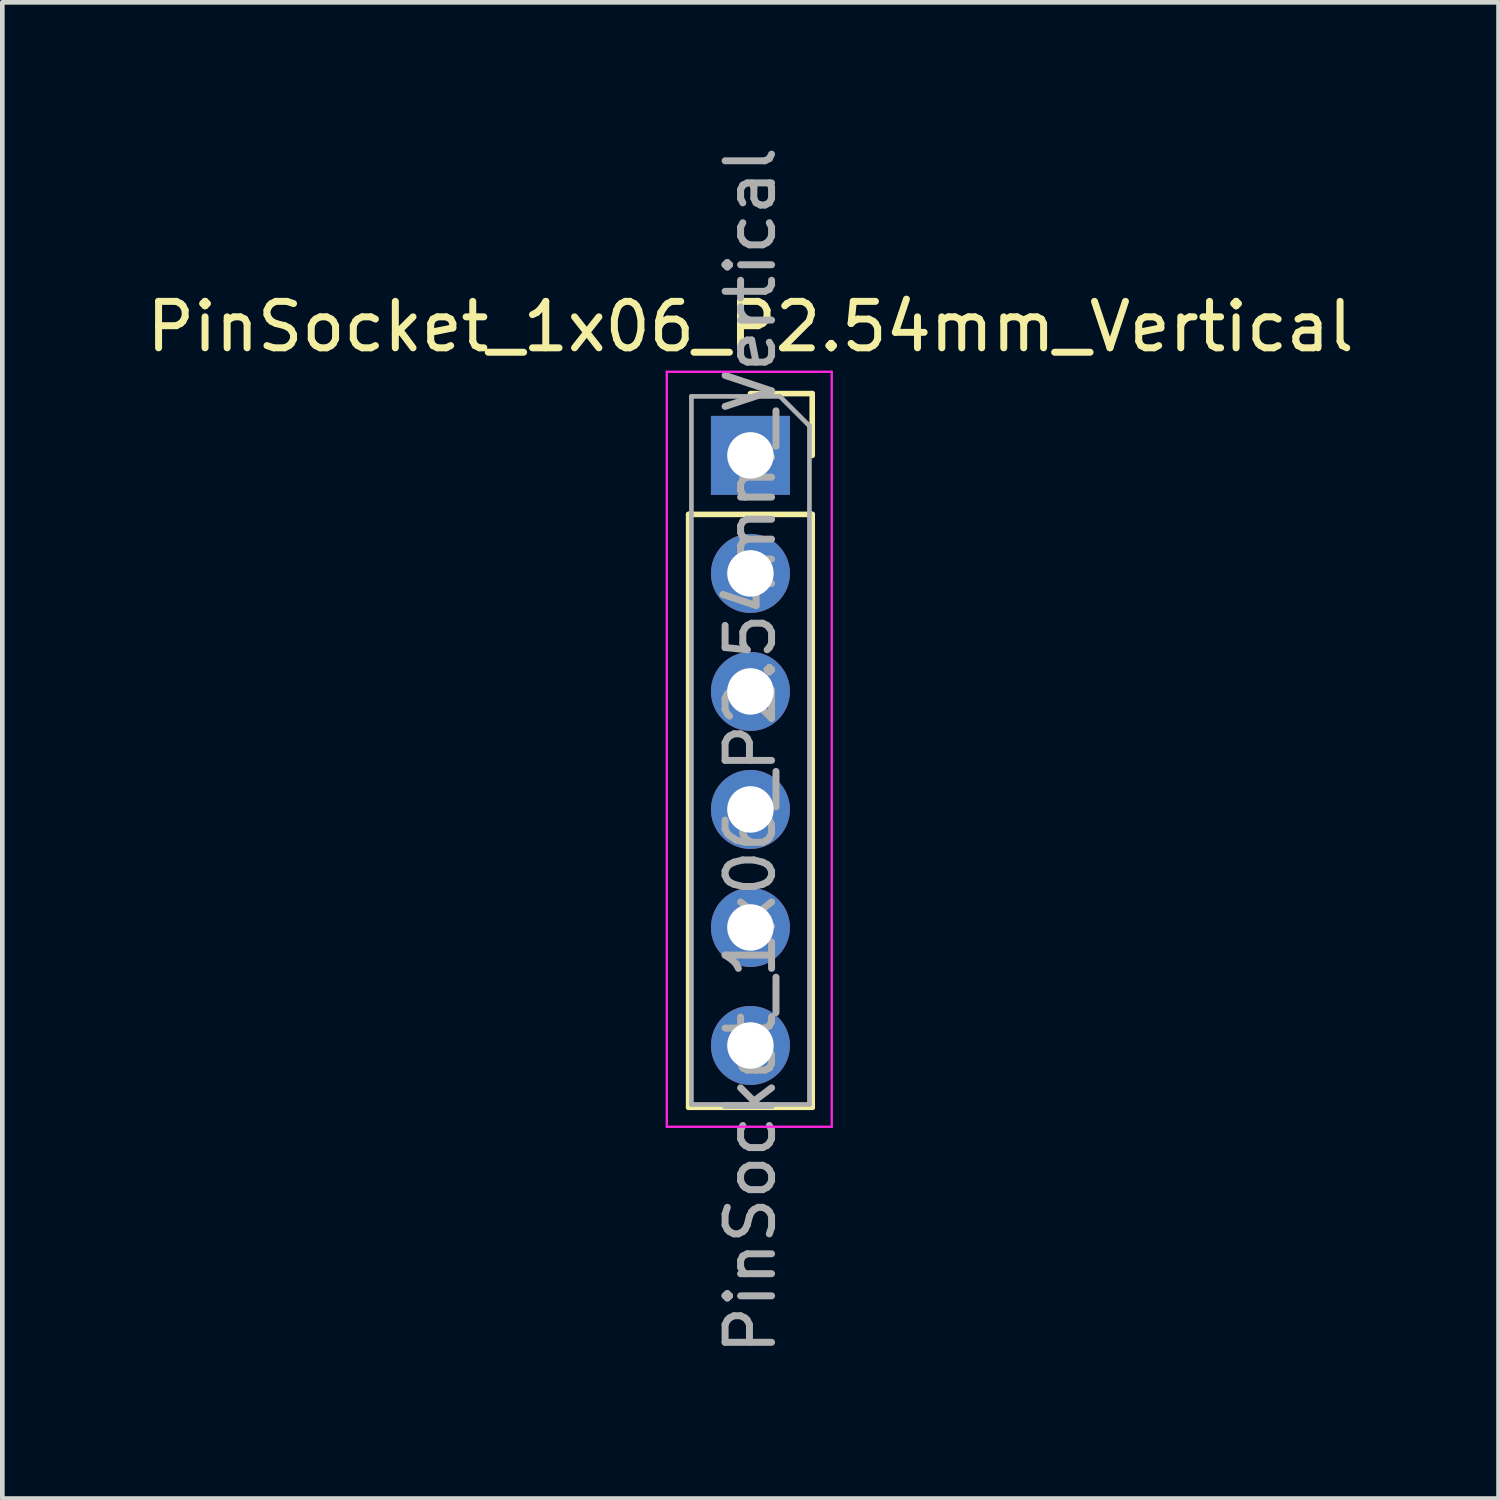
<source format=kicad_pcb>
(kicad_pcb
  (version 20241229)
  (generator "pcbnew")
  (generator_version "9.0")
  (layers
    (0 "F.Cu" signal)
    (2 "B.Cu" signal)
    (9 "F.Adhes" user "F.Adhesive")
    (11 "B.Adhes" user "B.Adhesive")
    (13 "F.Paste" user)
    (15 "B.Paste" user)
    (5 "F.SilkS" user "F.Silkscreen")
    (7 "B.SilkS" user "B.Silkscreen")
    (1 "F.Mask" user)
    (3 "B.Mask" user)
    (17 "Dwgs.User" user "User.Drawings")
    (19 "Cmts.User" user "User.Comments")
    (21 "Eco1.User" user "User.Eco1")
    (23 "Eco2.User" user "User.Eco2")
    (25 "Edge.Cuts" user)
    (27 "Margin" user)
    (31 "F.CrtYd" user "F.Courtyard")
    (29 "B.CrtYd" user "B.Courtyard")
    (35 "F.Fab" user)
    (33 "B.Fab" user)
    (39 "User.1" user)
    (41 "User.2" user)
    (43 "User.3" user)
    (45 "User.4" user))
  (footprint "PinSocket_1x06_P2.54mm_Vertical"
    (layer "F.Cu")
    (at 13.101 6.751)
    (property "Reference" "PinSocket_1x06_P2.54mm_Vertical" (at 0 -2.77 0) (layer "F.SilkS") (effects (font (size 1 1) (thickness 0.15))))
    (attr through_hole)
    (fp_line (start -1.33 1.27) (end -1.33 14.03) (stroke (width 0.12) (type solid)) (layer "F.SilkS"))
    (fp_line (start -1.33 1.27) (end 1.33 1.27) (stroke (width 0.12) (type solid)) (layer "F.SilkS"))
    (fp_line (start -1.33 14.03) (end 1.33 14.03) (stroke (width 0.12) (type solid)) (layer "F.SilkS"))
    (fp_line (start 0 -1.33) (end 1.33 -1.33) (stroke (width 0.12) (type solid)) (layer "F.SilkS"))
    (fp_line (start 1.33 -1.33) (end 1.33 0) (stroke (width 0.12) (type solid)) (layer "F.SilkS"))
    (fp_line (start 1.33 1.27) (end 1.33 14.03) (stroke (width 0.12) (type solid)) (layer "F.SilkS"))
    (fp_line (start -1.8 -1.8) (end 1.75 -1.8) (stroke (width 0.05) (type solid)) (layer "F.CrtYd"))
    (fp_line (start -1.8 14.45) (end -1.8 -1.8) (stroke (width 0.05) (type solid)) (layer "F.CrtYd"))
    (fp_line (start 1.75 -1.8) (end 1.75 14.45) (stroke (width 0.05) (type solid)) (layer "F.CrtYd"))
    (fp_line (start 1.75 14.45) (end -1.8 14.45) (stroke (width 0.05) (type solid)) (layer "F.CrtYd"))
    (fp_line (start -1.27 -1.27) (end 0.635 -1.27) (stroke (width 0.1) (type solid)) (layer "F.Fab"))
    (fp_line (start -1.27 13.97) (end -1.27 -1.27) (stroke (width 0.1) (type solid)) (layer "F.Fab"))
    (fp_line (start 0.635 -1.27) (end 1.27 -0.635) (stroke (width 0.1) (type solid)) (layer "F.Fab"))
    (fp_line (start 1.27 -0.635) (end 1.27 13.97) (stroke (width 0.1) (type solid)) (layer "F.Fab"))
    (fp_line (start 1.27 13.97) (end -1.27 13.97) (stroke (width 0.1) (type solid)) (layer "F.Fab"))
    (fp_text user "${REFERENCE}" (at 0 6.35 90) (layer "F.Fab") (effects (font (size 1 1) (thickness 0.15))))
    (pad "1" thru_hole rect (at 0 0) (size 1.7 1.7) (drill 1) (layers "*.Cu" "*.Mask"))
    (pad "2" thru_hole oval (at 0 2.54) (size 1.7 1.7) (drill 1) (layers "*.Cu" "*.Mask"))
    (pad "3" thru_hole oval (at 0 5.08) (size 1.7 1.7) (drill 1) (layers "*.Cu" "*.Mask"))
    (pad "4" thru_hole oval (at 0 7.62) (size 1.7 1.7) (drill 1) (layers "*.Cu" "*.Mask"))
    (pad "5" thru_hole oval (at 0 10.16) (size 1.7 1.7) (drill 1) (layers "*.Cu" "*.Mask"))
    (pad "6" thru_hole oval (at 0 12.7) (size 1.7 1.7) (drill 1) (layers "*.Cu" "*.Mask")))
  (gr_rect
    (start -3 -3)
    (end 29.202 29.202)
    (stroke (width 0.1) (type default))
    (fill no)
    (layer "Edge.Cuts")))
</source>
